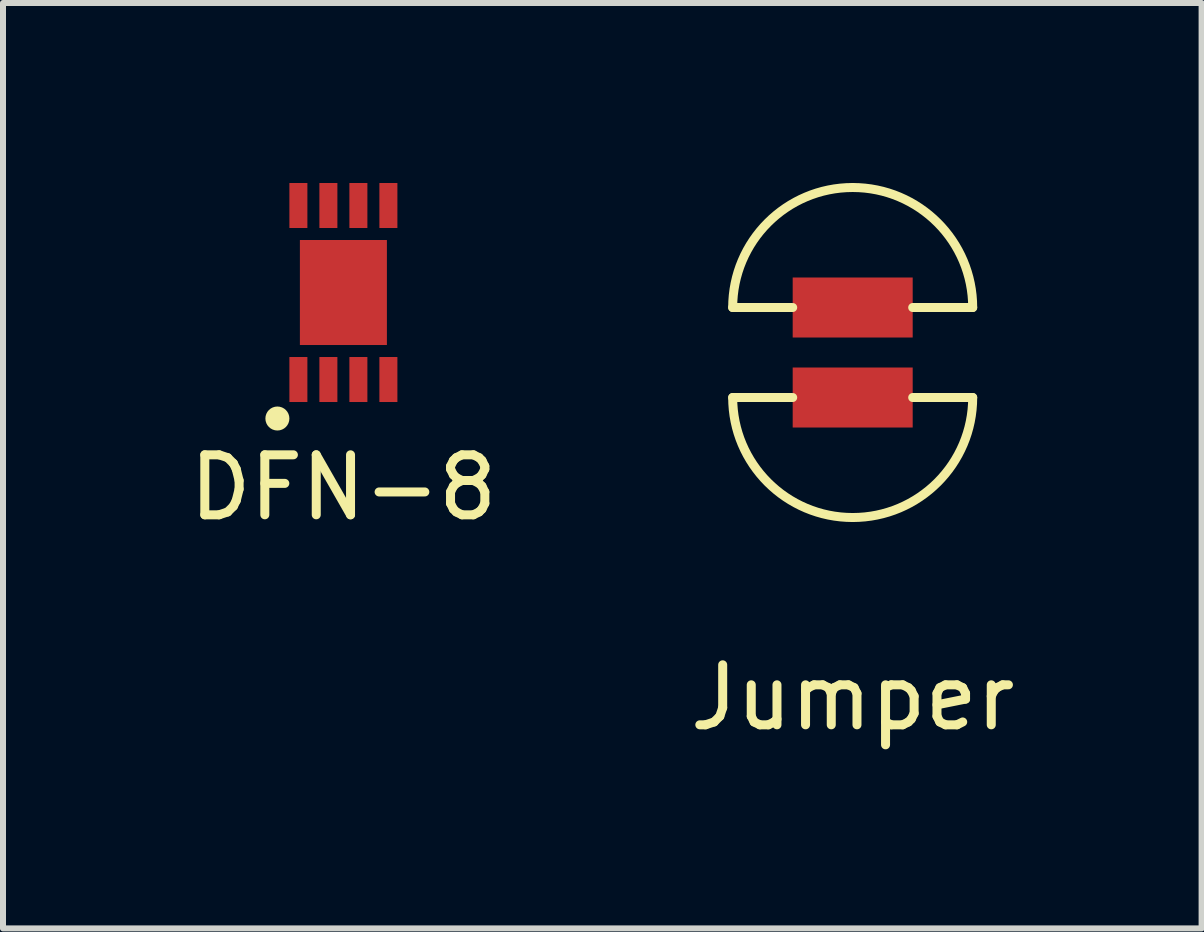
<source format=kicad_pcb>
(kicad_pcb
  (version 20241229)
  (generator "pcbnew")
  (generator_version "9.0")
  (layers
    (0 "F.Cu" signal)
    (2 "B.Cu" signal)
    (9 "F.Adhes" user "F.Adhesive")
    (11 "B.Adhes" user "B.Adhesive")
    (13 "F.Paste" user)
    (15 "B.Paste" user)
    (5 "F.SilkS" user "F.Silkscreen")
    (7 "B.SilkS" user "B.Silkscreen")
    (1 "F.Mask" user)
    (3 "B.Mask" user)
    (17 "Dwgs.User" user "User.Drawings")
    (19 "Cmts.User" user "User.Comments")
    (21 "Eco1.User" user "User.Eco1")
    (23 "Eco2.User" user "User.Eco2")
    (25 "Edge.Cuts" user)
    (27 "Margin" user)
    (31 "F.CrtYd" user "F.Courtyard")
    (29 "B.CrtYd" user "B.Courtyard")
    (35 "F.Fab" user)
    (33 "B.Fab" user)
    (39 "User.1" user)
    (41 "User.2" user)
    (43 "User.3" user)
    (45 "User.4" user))
  (footprint "Jumper"
    (layer "F.Cu")
    (at 11.161 4.075)
    (property "Reference" "Jumper" (at 0 4.5 0) (layer "F.SilkS") (effects (font (size 1 1) (thickness 0.15))))
    (attr through_hole)
    (fp_line (start -2 -2) (end -1 -2) (stroke (width 0.15) (type solid)) (layer "F.SilkS"))
    (fp_line (start -2 -0.5) (end -1 -0.5) (stroke (width 0.15) (type solid)) (layer "F.SilkS"))
    (fp_line (start 2 -2) (end 1 -2) (stroke (width 0.15) (type solid)) (layer "F.SilkS"))
    (fp_line (start 2 -0.5) (end 1 -0.5) (stroke (width 0.15) (type solid)) (layer "F.SilkS"))
    (fp_arc (start -2 -2) (mid -1.414214 -3.414214) (end 0 -4) (stroke (width 0.15) (type solid)) (layer "F.SilkS"))
    (fp_arc (start 0 -4) (mid 1.414214 -3.414214) (end 2 -2) (stroke (width 0.15) (type solid)) (layer "F.SilkS"))
    (fp_arc (start 0 1.5) (mid -1.414214 0.914214) (end -2 -0.5) (stroke (width 0.15) (type solid)) (layer "F.SilkS"))
    (fp_arc (start 2 -0.5) (mid 1.414214 0.914214) (end 0 1.5) (stroke (width 0.15) (type solid)) (layer "F.SilkS"))
    (pad "1" smd rect (at 0 -2) (size 2 1) (layers "F.Cu" "F.Mask" "F.Paste"))
    (pad "2" smd rect (at 0 -0.5) (size 2 1) (layers "F.Cu" "F.Mask" "F.Paste")))
  (footprint "DFN-8"
    (layer "F.Cu")
    (at 2.673 1.825)
    (property "Reference" "DFN-8" (at 0 3.25 0) (layer "F.SilkS") (effects (font (size 1 1) (thickness 0.15))))
    (attr through_hole)
    (fp_circle (center -1.1 2.1) (end -1.1 2) (stroke (width 0.2) (type solid)) (fill no) (layer "F.SilkS"))
    (pad "1" connect rect (at -0.75 1.45) (size 0.3 0.75) (layers "F.Cu" "F.Mask"))
    (pad "2" connect rect (at -0.25 1.45) (size 0.3 0.75) (layers "F.Cu" "F.Mask"))
    (pad "3" connect rect (at 0.25 1.45) (size 0.3 0.75) (layers "F.Cu" "F.Mask"))
    (pad "4" connect rect (at 0.75 1.45) (size 0.3 0.75) (layers "F.Cu" "F.Mask"))
    (pad "5" connect rect (at 0.75 -1.45) (size 0.3 0.75) (layers "F.Cu" "F.Mask"))
    (pad "6" connect rect (at 0.25 -1.45) (size 0.3 0.75) (layers "F.Cu" "F.Mask"))
    (pad "7" connect rect (at -0.25 -1.45) (size 0.3 0.75) (layers "F.Cu" "F.Mask"))
    (pad "8" connect rect (at -0.75 -1.45) (size 0.3 0.75) (layers "F.Cu" "F.Mask"))
    (pad "9" connect rect (at 0 0) (size 1.45 1.75) (layers "F.Cu" "F.Mask")))
  (gr_rect
    (start -3 -3)
    (end 16.976 12.423)
    (stroke (width 0.1) (type default))
    (fill no)
    (layer "Edge.Cuts")))
</source>
